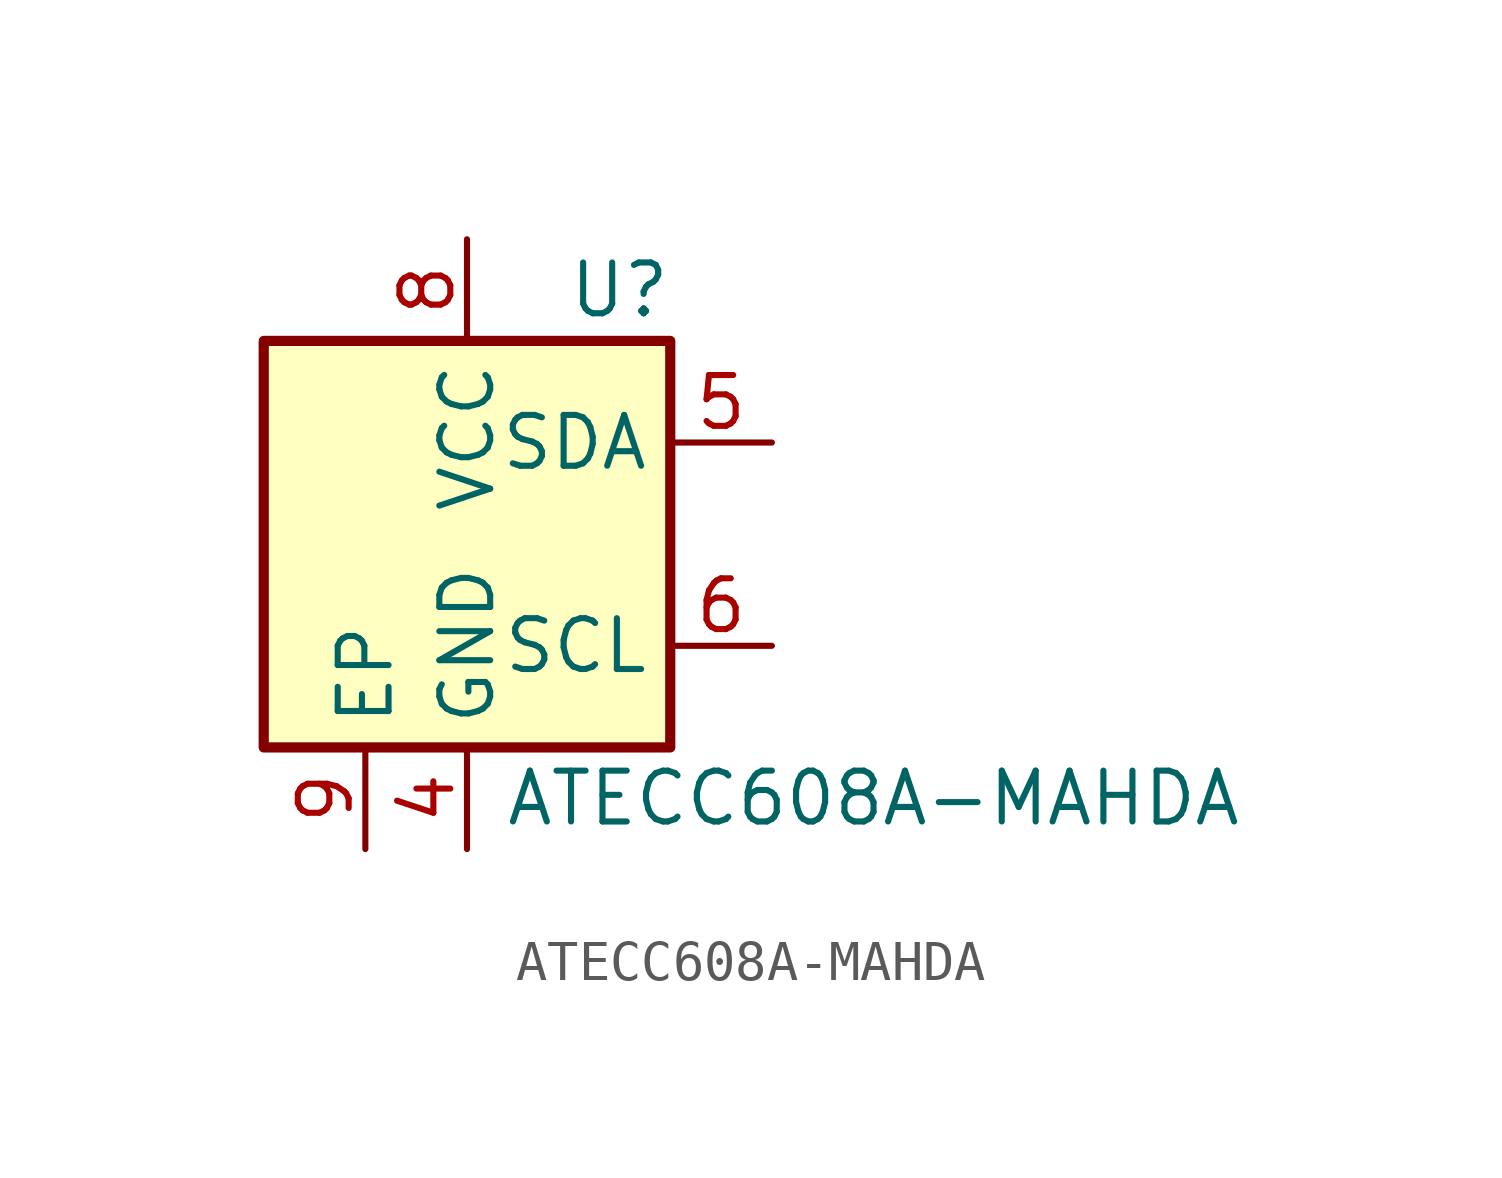
<source format=kicad_sym>
(kicad_symbol_lib
  (version 20201005)
  (generator kicad_symbol_editor)
  (symbol "ATECC608A-MAHDA"
    (property "Reference" "U"
      (at 3.81 6.35 0)
      (effects (font (size 1.27 1.27))))
    (property "Value" "ATECC608A-MAHDA"
      (at 10.16 -6.35 0)
      (effects (font (size 1.27 1.27))))
    (symbol "ATECC608A-MAHDA_0_1"
      (rectangle (start -5.08 5.08) (end 5.08 -5.08) (stroke (width 0.254)) (fill (type background))))
    (symbol "ATECC608A-MAHDA_1_1"
      (pin power_in line (at 0 -7.62 90) (length 2.54) (name "GND" (effects (font (size 1.27 1.27)))) (number "4" (effects (font (size 1.27 1.27)))))
      (pin bidirectional line (at 7.62 2.54 180) (length 2.54) (name "SDA" (effects (font (size 1.27 1.27)))) (number "5" (effects (font (size 1.27 1.27)))))
      (pin input line (at 7.62 -2.54 180) (length 2.54) (name "SCL" (effects (font (size 1.27 1.27)))) (number "6" (effects (font (size 1.27 1.27)))))
      (pin power_in line (at 0 7.62 270) (length 2.54) (name "VCC" (effects (font (size 1.27 1.27)))) (number "8" (effects (font (size 1.27 1.27)))))
      (pin input line (at -2.54 -7.62 90) (length 2.54) (name "EP" (effects (font (size 1.27 1.27)))) (number "9" (effects (font (size 1.27 1.27))))))))
</source>
